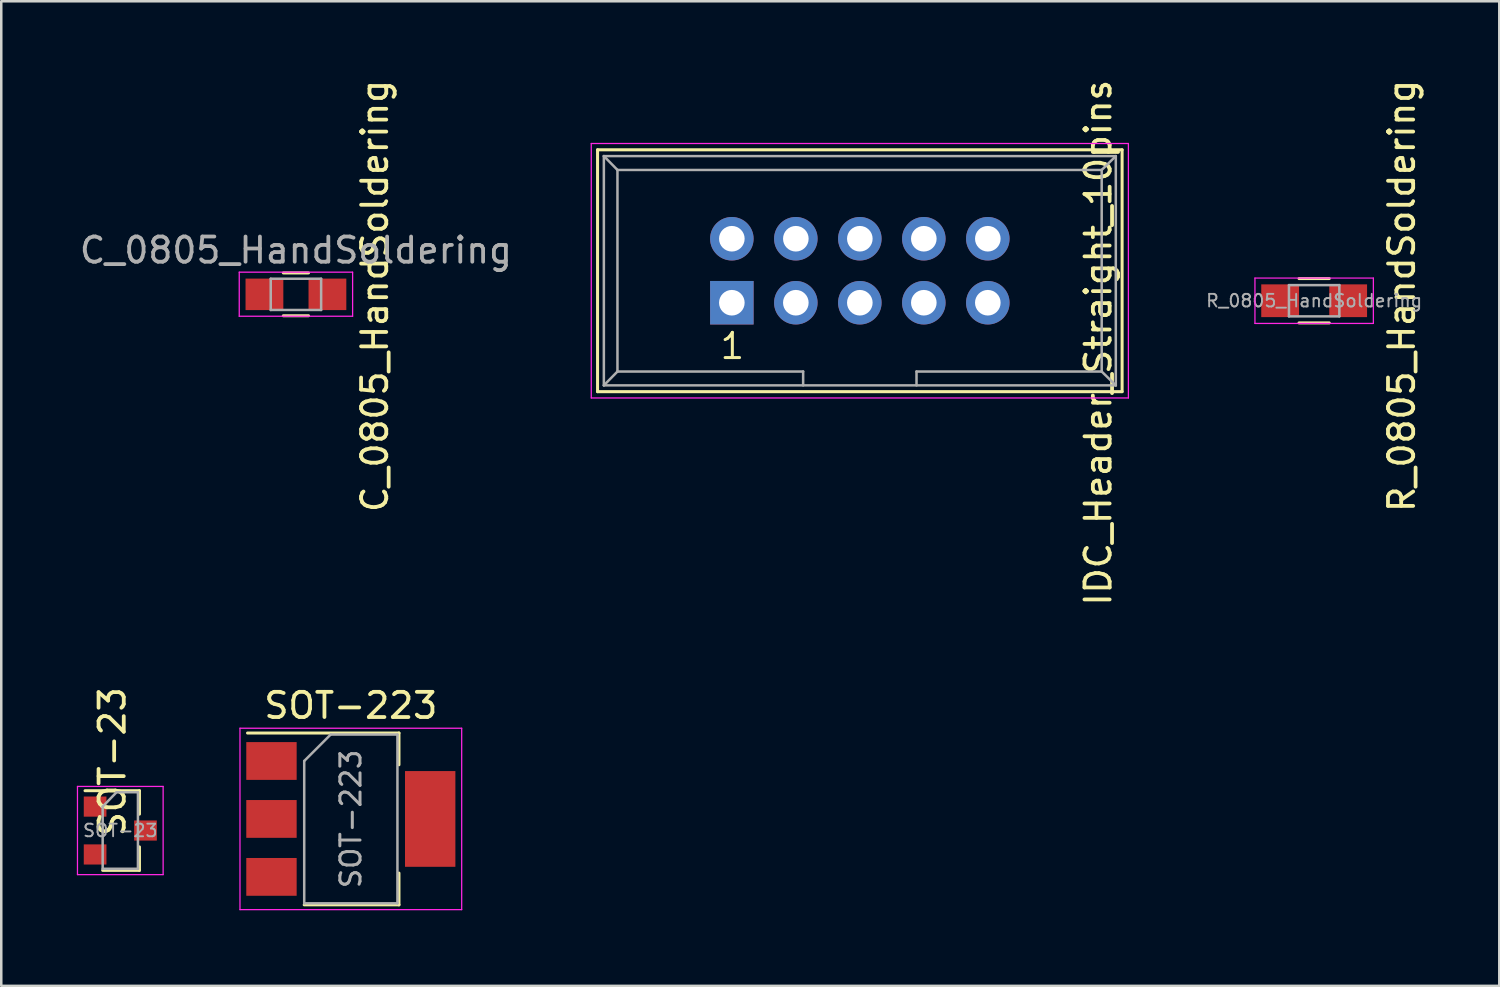
<source format=kicad_pcb>
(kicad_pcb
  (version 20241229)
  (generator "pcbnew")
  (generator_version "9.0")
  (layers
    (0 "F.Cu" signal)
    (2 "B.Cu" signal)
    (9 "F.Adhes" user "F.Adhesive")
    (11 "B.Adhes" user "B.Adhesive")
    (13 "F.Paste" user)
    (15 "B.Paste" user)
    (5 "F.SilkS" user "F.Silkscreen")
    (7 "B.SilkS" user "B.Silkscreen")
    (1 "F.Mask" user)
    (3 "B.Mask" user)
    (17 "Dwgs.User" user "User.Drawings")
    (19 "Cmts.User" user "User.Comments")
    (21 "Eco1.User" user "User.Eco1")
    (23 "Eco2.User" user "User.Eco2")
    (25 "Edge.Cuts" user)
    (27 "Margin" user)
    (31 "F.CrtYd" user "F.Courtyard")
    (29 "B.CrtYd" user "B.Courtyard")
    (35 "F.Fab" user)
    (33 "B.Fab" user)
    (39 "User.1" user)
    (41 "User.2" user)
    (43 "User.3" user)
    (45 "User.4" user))
  (footprint "SOT-223"
    (layer "F.Cu")
    (at 10.875 29.455)
    (property "Reference" "SOT-223" (at 0 -4.5 0) (layer "F.SilkS") (effects (font (size 1 1) (thickness 0.15))))
    (attr smd)
    (fp_line (start -4.1 -3.41) (end 1.91 -3.41) (stroke (width 0.12) (type solid)) (layer "F.SilkS"))
    (fp_line (start -1.85 3.41) (end 1.91 3.41) (stroke (width 0.12) (type solid)) (layer "F.SilkS"))
    (fp_line (start 1.91 -3.41) (end 1.91 -2.15) (stroke (width 0.12) (type solid)) (layer "F.SilkS"))
    (fp_line (start 1.91 3.41) (end 1.91 2.15) (stroke (width 0.12) (type solid)) (layer "F.SilkS"))
    (fp_line (start -4.4 -3.6) (end -4.4 3.6) (stroke (width 0.05) (type solid)) (layer "F.CrtYd"))
    (fp_line (start -4.4 3.6) (end 4.4 3.6) (stroke (width 0.05) (type solid)) (layer "F.CrtYd"))
    (fp_line (start 4.4 -3.6) (end -4.4 -3.6) (stroke (width 0.05) (type solid)) (layer "F.CrtYd"))
    (fp_line (start 4.4 3.6) (end 4.4 -3.6) (stroke (width 0.05) (type solid)) (layer "F.CrtYd"))
    (fp_line (start -1.85 -2.3) (end -1.85 3.35) (stroke (width 0.1) (type solid)) (layer "F.Fab"))
    (fp_line (start -1.85 -2.3) (end -0.8 -3.35) (stroke (width 0.1) (type solid)) (layer "F.Fab"))
    (fp_line (start -1.85 3.35) (end 1.85 3.35) (stroke (width 0.1) (type solid)) (layer "F.Fab"))
    (fp_line (start -0.8 -3.35) (end 1.85 -3.35) (stroke (width 0.1) (type solid)) (layer "F.Fab"))
    (fp_line (start 1.85 -3.35) (end 1.85 3.35) (stroke (width 0.1) (type solid)) (layer "F.Fab"))
    (fp_text user "${REFERENCE}" (at 0 0 90) (layer "F.Fab") (effects (font (size 0.8 0.8) (thickness 0.12))))
    (pad "1" smd rect (at -3.15 -2.3) (size 2 1.5) (layers "F.Cu" "F.Mask" "F.Paste"))
    (pad "2" smd rect (at -3.15 0) (size 2 1.5) (layers "F.Cu" "F.Mask" "F.Paste"))
    (pad "3" smd rect (at -3.15 2.3) (size 2 1.5) (layers "F.Cu" "F.Mask" "F.Paste"))
    (pad "4" smd rect (at 3.15 0) (size 2 3.8) (layers "F.Cu" "F.Mask" "F.Paste")))
  (footprint "R_0805_HandSoldering"
    (layer "F.Cu")
    (at 49.111 8.887)
    (property "Reference" "R_0805_HandSoldering" (at 3.476 -0.191 270) (layer "F.SilkS") (effects (font (size 1 1) (thickness 0.15))))
    (attr smd)
    (fp_line (start -0.6 -0.88) (end 0.6 -0.88) (stroke (width 0.12) (type solid)) (layer "F.SilkS"))
    (fp_line (start 0.6 0.88) (end -0.6 0.88) (stroke (width 0.12) (type solid)) (layer "F.SilkS"))
    (fp_line (start -2.35 -0.9) (end -2.35 0.9) (stroke (width 0.05) (type solid)) (layer "F.CrtYd"))
    (fp_line (start -2.35 -0.9) (end 2.35 -0.9) (stroke (width 0.05) (type solid)) (layer "F.CrtYd"))
    (fp_line (start 2.35 0.9) (end -2.35 0.9) (stroke (width 0.05) (type solid)) (layer "F.CrtYd"))
    (fp_line (start 2.35 0.9) (end 2.35 -0.9) (stroke (width 0.05) (type solid)) (layer "F.CrtYd"))
    (fp_line (start -1 -0.62) (end 1 -0.62) (stroke (width 0.1) (type solid)) (layer "F.Fab"))
    (fp_line (start -1 0.62) (end -1 -0.62) (stroke (width 0.1) (type solid)) (layer "F.Fab"))
    (fp_line (start 1 -0.62) (end 1 0.62) (stroke (width 0.1) (type solid)) (layer "F.Fab"))
    (fp_line (start 1 0.62) (end -1 0.62) (stroke (width 0.1) (type solid)) (layer "F.Fab"))
    (fp_text user "${REFERENCE}" (at 0 0 180) (layer "F.Fab") (effects (font (size 0.5 0.5) (thickness 0.075))))
    (pad "1" smd rect (at -1.35 0) (size 1.5 1.3) (layers "F.Cu" "F.Mask" "F.Paste"))
    (pad "2" smd rect (at 1.35 0) (size 1.5 1.3) (layers "F.Cu" "F.Mask" "F.Paste")))
  (footprint "C_0805_HandSoldering"
    (layer "F.Cu")
    (at 8.696 8.633)
    (property "Reference" "C_0805_HandSoldering" (at 3.131 0.064 90) (layer "F.SilkS") (effects (font (size 1 1) (thickness 0.15))))
    (attr smd)
    (fp_line (start -0.5 0.85) (end 0.5 0.85) (stroke (width 0.12) (type solid)) (layer "F.SilkS"))
    (fp_line (start 0.5 -0.85) (end -0.5 -0.85) (stroke (width 0.12) (type solid)) (layer "F.SilkS"))
    (fp_line (start -2.25 -0.88) (end -2.25 0.87) (stroke (width 0.05) (type solid)) (layer "F.CrtYd"))
    (fp_line (start -2.25 -0.88) (end 2.25 -0.88) (stroke (width 0.05) (type solid)) (layer "F.CrtYd"))
    (fp_line (start 2.25 0.87) (end -2.25 0.87) (stroke (width 0.05) (type solid)) (layer "F.CrtYd"))
    (fp_line (start 2.25 0.87) (end 2.25 -0.88) (stroke (width 0.05) (type solid)) (layer "F.CrtYd"))
    (fp_line (start -1 -0.62) (end 1 -0.62) (stroke (width 0.1) (type solid)) (layer "F.Fab"))
    (fp_line (start -1 0.62) (end -1 -0.62) (stroke (width 0.1) (type solid)) (layer "F.Fab"))
    (fp_line (start 1 -0.62) (end 1 0.62) (stroke (width 0.1) (type solid)) (layer "F.Fab"))
    (fp_line (start 1 0.62) (end -1 0.62) (stroke (width 0.1) (type solid)) (layer "F.Fab"))
    (fp_text user "${REFERENCE}" (at 0 -1.75 0) (layer "F.Fab") (effects (font (size 1 1) (thickness 0.15))))
    (pad "1" smd rect (at -1.25 0) (size 1.5 1.25) (layers "F.Cu" "F.Mask" "F.Paste"))
    (pad "2" smd rect (at 1.25 0) (size 1.5 1.25) (layers "F.Cu" "F.Mask" "F.Paste")))
  (footprint "IDC_Header_Straight_10pins"
    (layer "F.Cu")
    (at 25.998 8.966)
    (property "Reference" "IDC_Header_Straight_10pins" (at 14.541 1.587 90) (layer "F.SilkS") (effects (font (size 1 1) (thickness 0.15))))
    (attr through_hole)
    (fp_line (start -5.33 -6.07) (end 15.49 -6.07) (stroke (width 0.12) (type solid)) (layer "F.SilkS"))
    (fp_line (start -5.33 3.53) (end -5.33 -6.07) (stroke (width 0.12) (type solid)) (layer "F.SilkS"))
    (fp_line (start 15.49 -6.07) (end 15.49 3.53) (stroke (width 0.12) (type solid)) (layer "F.SilkS"))
    (fp_line (start 15.49 3.53) (end -5.33 3.53) (stroke (width 0.12) (type solid)) (layer "F.SilkS"))
    (fp_line (start -5.58 -6.32) (end 15.74 -6.32) (stroke (width 0.05) (type solid)) (layer "F.CrtYd"))
    (fp_line (start -5.58 3.78) (end -5.58 -6.32) (stroke (width 0.05) (type solid)) (layer "F.CrtYd"))
    (fp_line (start 15.74 -6.32) (end 15.74 3.78) (stroke (width 0.05) (type solid)) (layer "F.CrtYd"))
    (fp_line (start 15.74 3.78) (end -5.58 3.78) (stroke (width 0.05) (type solid)) (layer "F.CrtYd"))
    (fp_line (start -5.08 -5.82) (end -5.08 3.28) (stroke (width 0.1) (type solid)) (layer "F.Fab"))
    (fp_line (start -5.08 -5.82) (end -4.54 -5.27) (stroke (width 0.1) (type solid)) (layer "F.Fab"))
    (fp_line (start -5.08 -5.82) (end 15.24 -5.82) (stroke (width 0.1) (type solid)) (layer "F.Fab"))
    (fp_line (start -5.08 3.28) (end -4.54 2.73) (stroke (width 0.1) (type solid)) (layer "F.Fab"))
    (fp_line (start -5.08 3.28) (end 15.24 3.28) (stroke (width 0.1) (type solid)) (layer "F.Fab"))
    (fp_line (start -4.54 -5.27) (end -4.54 2.73) (stroke (width 0.1) (type solid)) (layer "F.Fab"))
    (fp_line (start -4.54 -5.27) (end 14.68 -5.27) (stroke (width 0.1) (type solid)) (layer "F.Fab"))
    (fp_line (start -4.54 2.73) (end 2.83 2.73) (stroke (width 0.1) (type solid)) (layer "F.Fab"))
    (fp_line (start 2.83 2.73) (end 2.83 3.28) (stroke (width 0.1) (type solid)) (layer "F.Fab"))
    (fp_line (start 7.33 2.73) (end 7.33 3.28) (stroke (width 0.1) (type solid)) (layer "F.Fab"))
    (fp_line (start 7.33 2.73) (end 14.68 2.73) (stroke (width 0.1) (type solid)) (layer "F.Fab"))
    (fp_line (start 14.68 -5.27) (end 14.68 2.73) (stroke (width 0.1) (type solid)) (layer "F.Fab"))
    (fp_line (start 15.24 -5.82) (end 14.68 -5.27) (stroke (width 0.1) (type solid)) (layer "F.Fab"))
    (fp_line (start 15.24 -5.82) (end 15.24 3.28) (stroke (width 0.1) (type solid)) (layer "F.Fab"))
    (fp_line (start 15.24 3.28) (end 14.68 2.73) (stroke (width 0.1) (type solid)) (layer "F.Fab"))
    (fp_text user "1" (at 0.02 1.72 180) (layer "F.SilkS") (effects (font (size 1 1) (thickness 0.12))))
    (pad "1" thru_hole rect (at 0 0) (size 1.727 1.727) (drill 1.016) (layers "*.Cu" "*.Mask"))
    (pad "2" thru_hole oval (at 0 -2.54) (size 1.727 1.727) (drill 1.016) (layers "*.Cu" "*.Mask"))
    (pad "3" thru_hole oval (at 2.54 0) (size 1.727 1.727) (drill 1.016) (layers "*.Cu" "*.Mask"))
    (pad "4" thru_hole oval (at 2.54 -2.54) (size 1.727 1.727) (drill 1.016) (layers "*.Cu" "*.Mask"))
    (pad "5" thru_hole oval (at 5.08 0) (size 1.727 1.727) (drill 1.016) (layers "*.Cu" "*.Mask"))
    (pad "6" thru_hole oval (at 5.08 -2.54) (size 1.727 1.727) (drill 1.016) (layers "*.Cu" "*.Mask"))
    (pad "7" thru_hole oval (at 7.62 0) (size 1.727 1.727) (drill 1.016) (layers "*.Cu" "*.Mask"))
    (pad "8" thru_hole oval (at 7.62 -2.54) (size 1.727 1.727) (drill 1.016) (layers "*.Cu" "*.Mask"))
    (pad "9" thru_hole oval (at 10.16 0) (size 1.727 1.727) (drill 1.016) (layers "*.Cu" "*.Mask"))
    (pad "10" thru_hole oval (at 10.16 -2.54) (size 1.727 1.727) (drill 1.016) (layers "*.Cu" "*.Mask")))
  (footprint "SOT-23"
    (layer "F.Cu")
    (at 1.725 29.915)
    (property "Reference" "SOT-23" (at -0.318 -2.731 90) (layer "F.SilkS") (effects (font (size 1 1) (thickness 0.15))))
    (attr smd)
    (fp_line (start 0.76 -1.58) (end -1.4 -1.58) (stroke (width 0.12) (type solid)) (layer "F.SilkS"))
    (fp_line (start 0.76 -1.58) (end 0.76 -0.65) (stroke (width 0.12) (type solid)) (layer "F.SilkS"))
    (fp_line (start 0.76 1.58) (end -0.7 1.58) (stroke (width 0.12) (type solid)) (layer "F.SilkS"))
    (fp_line (start 0.76 1.58) (end 0.76 0.65) (stroke (width 0.12) (type solid)) (layer "F.SilkS"))
    (fp_line (start -1.7 -1.75) (end 1.7 -1.75) (stroke (width 0.05) (type solid)) (layer "F.CrtYd"))
    (fp_line (start -1.7 1.75) (end -1.7 -1.75) (stroke (width 0.05) (type solid)) (layer "F.CrtYd"))
    (fp_line (start 1.7 -1.75) (end 1.7 1.75) (stroke (width 0.05) (type solid)) (layer "F.CrtYd"))
    (fp_line (start 1.7 1.75) (end -1.7 1.75) (stroke (width 0.05) (type solid)) (layer "F.CrtYd"))
    (fp_line (start -0.7 -0.95) (end -0.7 1.5) (stroke (width 0.1) (type solid)) (layer "F.Fab"))
    (fp_line (start -0.7 -0.95) (end -0.15 -1.52) (stroke (width 0.1) (type solid)) (layer "F.Fab"))
    (fp_line (start -0.7 1.52) (end 0.7 1.52) (stroke (width 0.1) (type solid)) (layer "F.Fab"))
    (fp_line (start -0.15 -1.52) (end 0.7 -1.52) (stroke (width 0.1) (type solid)) (layer "F.Fab"))
    (fp_line (start 0.7 -1.52) (end 0.7 1.52) (stroke (width 0.1) (type solid)) (layer "F.Fab"))
    (fp_text user "${REFERENCE}" (at 0 0 0) (layer "F.Fab") (effects (font (size 0.5 0.5) (thickness 0.075))))
    (pad "1" smd rect (at -1 -0.95) (size 0.9 0.8) (layers "F.Cu" "F.Mask" "F.Paste"))
    (pad "2" smd rect (at -1 0.95) (size 0.9 0.8) (layers "F.Cu" "F.Mask" "F.Paste"))
    (pad "3" smd rect (at 1 0) (size 0.9 0.8) (layers "F.Cu" "F.Mask" "F.Paste")))
  (gr_rect
    (start -3 -3)
    (end 56.459 36.08)
    (stroke (width 0.1) (type default))
    (fill no)
    (layer "Edge.Cuts")))
</source>
